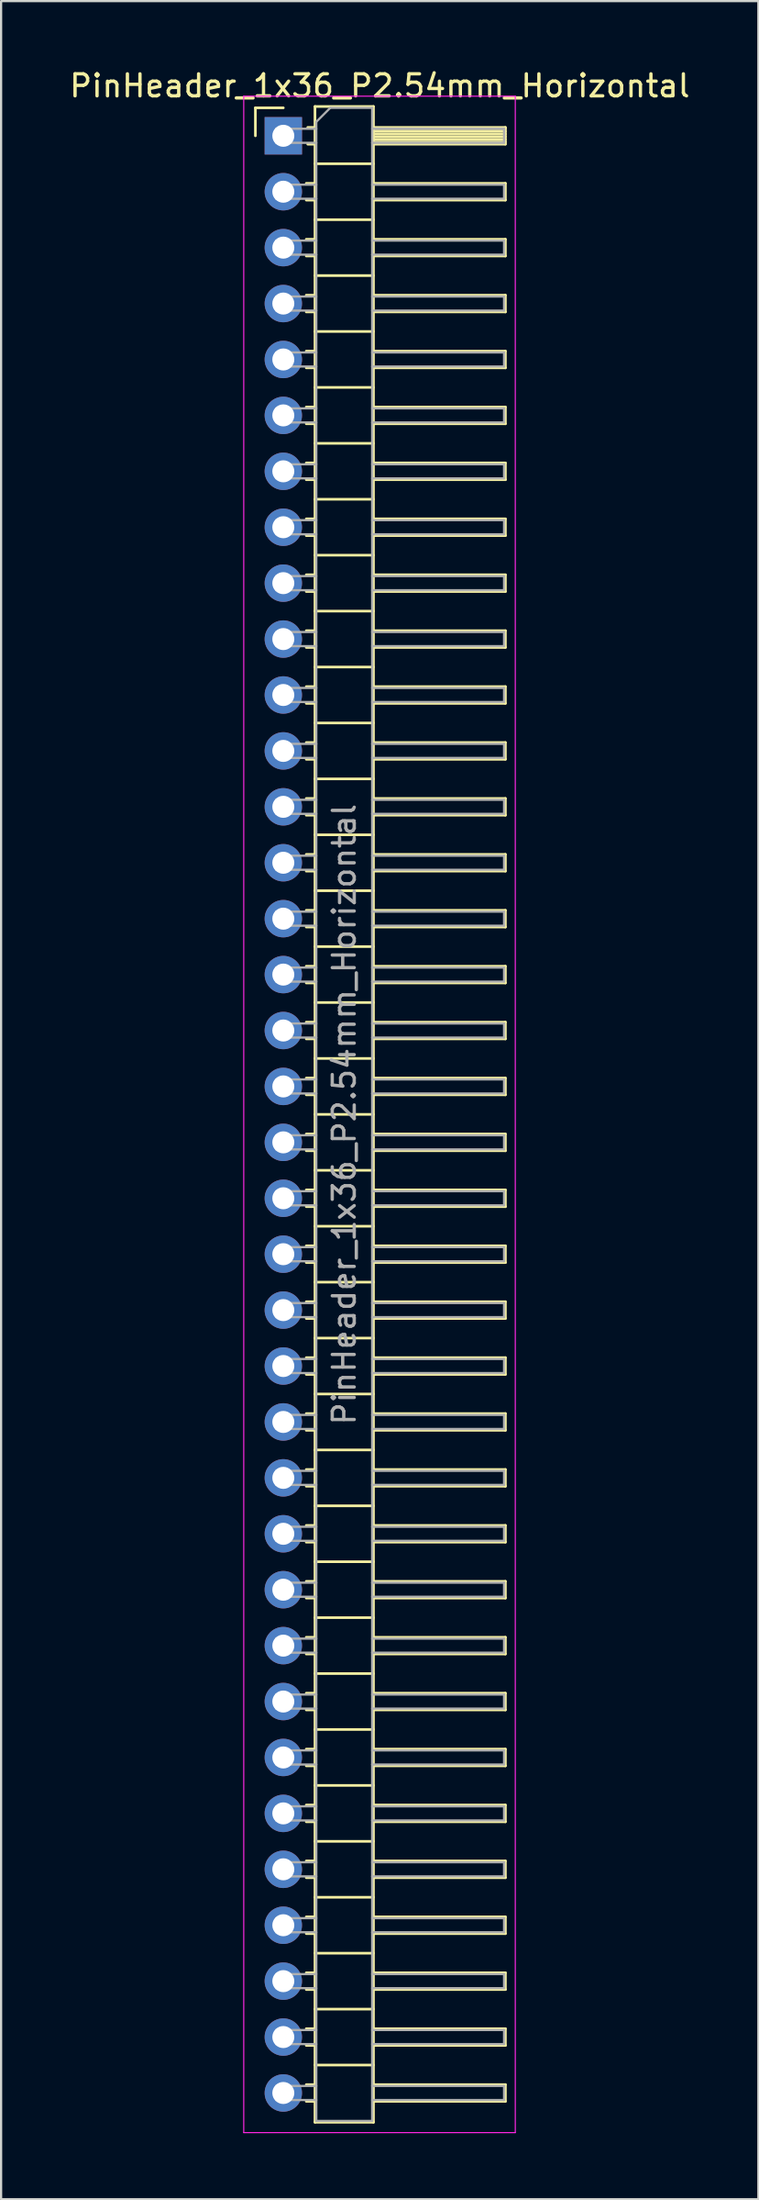
<source format=kicad_pcb>
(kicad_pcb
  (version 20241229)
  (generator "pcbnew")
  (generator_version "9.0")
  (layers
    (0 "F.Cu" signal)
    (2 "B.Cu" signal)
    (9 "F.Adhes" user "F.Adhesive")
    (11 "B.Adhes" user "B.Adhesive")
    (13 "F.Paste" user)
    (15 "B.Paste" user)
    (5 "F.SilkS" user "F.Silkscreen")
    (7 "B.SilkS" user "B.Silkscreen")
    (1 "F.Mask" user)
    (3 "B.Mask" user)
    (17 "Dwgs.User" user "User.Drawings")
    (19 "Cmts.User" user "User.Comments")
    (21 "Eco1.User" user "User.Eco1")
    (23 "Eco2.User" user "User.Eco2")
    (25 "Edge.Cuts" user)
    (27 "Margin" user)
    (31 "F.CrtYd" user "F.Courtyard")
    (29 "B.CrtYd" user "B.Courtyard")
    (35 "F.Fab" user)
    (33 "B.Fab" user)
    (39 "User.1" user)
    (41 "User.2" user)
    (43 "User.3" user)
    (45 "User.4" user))
  (footprint "PinHeader_1x36_P2.54mm_Horizontal"
    (layer "F.Cu")
    (at 9.835 3.118)
    (property "Reference" "PinHeader_1x36_P2.54mm_Horizontal" (at 4.385 -2.27 0) (layer "F.SilkS") (effects (font (size 1 1) (thickness 0.15))))
    (attr through_hole)
    (fp_line (start -1.27 -1.27) (end 0 -1.27) (stroke (width 0.12) (type solid)) (layer "F.SilkS"))
    (fp_line (start -1.27 0) (end -1.27 -1.27) (stroke (width 0.12) (type solid)) (layer "F.SilkS"))
    (fp_line (start 1.043 2.16) (end 1.44 2.16) (stroke (width 0.12) (type solid)) (layer "F.SilkS"))
    (fp_line (start 1.043 2.92) (end 1.44 2.92) (stroke (width 0.12) (type solid)) (layer "F.SilkS"))
    (fp_line (start 1.043 4.7) (end 1.44 4.7) (stroke (width 0.12) (type solid)) (layer "F.SilkS"))
    (fp_line (start 1.043 5.46) (end 1.44 5.46) (stroke (width 0.12) (type solid)) (layer "F.SilkS"))
    (fp_line (start 1.043 7.24) (end 1.44 7.24) (stroke (width 0.12) (type solid)) (layer "F.SilkS"))
    (fp_line (start 1.043 8) (end 1.44 8) (stroke (width 0.12) (type solid)) (layer "F.SilkS"))
    (fp_line (start 1.043 9.78) (end 1.44 9.78) (stroke (width 0.12) (type solid)) (layer "F.SilkS"))
    (fp_line (start 1.043 10.54) (end 1.44 10.54) (stroke (width 0.12) (type solid)) (layer "F.SilkS"))
    (fp_line (start 1.043 12.32) (end 1.44 12.32) (stroke (width 0.12) (type solid)) (layer "F.SilkS"))
    (fp_line (start 1.043 13.08) (end 1.44 13.08) (stroke (width 0.12) (type solid)) (layer "F.SilkS"))
    (fp_line (start 1.043 14.86) (end 1.44 14.86) (stroke (width 0.12) (type solid)) (layer "F.SilkS"))
    (fp_line (start 1.043 15.62) (end 1.44 15.62) (stroke (width 0.12) (type solid)) (layer "F.SilkS"))
    (fp_line (start 1.043 17.4) (end 1.44 17.4) (stroke (width 0.12) (type solid)) (layer "F.SilkS"))
    (fp_line (start 1.043 18.16) (end 1.44 18.16) (stroke (width 0.12) (type solid)) (layer "F.SilkS"))
    (fp_line (start 1.043 19.94) (end 1.44 19.94) (stroke (width 0.12) (type solid)) (layer "F.SilkS"))
    (fp_line (start 1.043 20.7) (end 1.44 20.7) (stroke (width 0.12) (type solid)) (layer "F.SilkS"))
    (fp_line (start 1.043 22.48) (end 1.44 22.48) (stroke (width 0.12) (type solid)) (layer "F.SilkS"))
    (fp_line (start 1.043 23.24) (end 1.44 23.24) (stroke (width 0.12) (type solid)) (layer "F.SilkS"))
    (fp_line (start 1.043 25.02) (end 1.44 25.02) (stroke (width 0.12) (type solid)) (layer "F.SilkS"))
    (fp_line (start 1.043 25.78) (end 1.44 25.78) (stroke (width 0.12) (type solid)) (layer "F.SilkS"))
    (fp_line (start 1.043 27.56) (end 1.44 27.56) (stroke (width 0.12) (type solid)) (layer "F.SilkS"))
    (fp_line (start 1.043 28.32) (end 1.44 28.32) (stroke (width 0.12) (type solid)) (layer "F.SilkS"))
    (fp_line (start 1.043 30.1) (end 1.44 30.1) (stroke (width 0.12) (type solid)) (layer "F.SilkS"))
    (fp_line (start 1.043 30.86) (end 1.44 30.86) (stroke (width 0.12) (type solid)) (layer "F.SilkS"))
    (fp_line (start 1.043 32.64) (end 1.44 32.64) (stroke (width 0.12) (type solid)) (layer "F.SilkS"))
    (fp_line (start 1.043 33.4) (end 1.44 33.4) (stroke (width 0.12) (type solid)) (layer "F.SilkS"))
    (fp_line (start 1.043 35.18) (end 1.44 35.18) (stroke (width 0.12) (type solid)) (layer "F.SilkS"))
    (fp_line (start 1.043 35.94) (end 1.44 35.94) (stroke (width 0.12) (type solid)) (layer "F.SilkS"))
    (fp_line (start 1.043 37.72) (end 1.44 37.72) (stroke (width 0.12) (type solid)) (layer "F.SilkS"))
    (fp_line (start 1.043 38.48) (end 1.44 38.48) (stroke (width 0.12) (type solid)) (layer "F.SilkS"))
    (fp_line (start 1.043 40.26) (end 1.44 40.26) (stroke (width 0.12) (type solid)) (layer "F.SilkS"))
    (fp_line (start 1.043 41.02) (end 1.44 41.02) (stroke (width 0.12) (type solid)) (layer "F.SilkS"))
    (fp_line (start 1.043 42.8) (end 1.44 42.8) (stroke (width 0.12) (type solid)) (layer "F.SilkS"))
    (fp_line (start 1.043 43.56) (end 1.44 43.56) (stroke (width 0.12) (type solid)) (layer "F.SilkS"))
    (fp_line (start 1.043 45.34) (end 1.44 45.34) (stroke (width 0.12) (type solid)) (layer "F.SilkS"))
    (fp_line (start 1.043 46.1) (end 1.44 46.1) (stroke (width 0.12) (type solid)) (layer "F.SilkS"))
    (fp_line (start 1.043 47.88) (end 1.44 47.88) (stroke (width 0.12) (type solid)) (layer "F.SilkS"))
    (fp_line (start 1.043 48.64) (end 1.44 48.64) (stroke (width 0.12) (type solid)) (layer "F.SilkS"))
    (fp_line (start 1.043 50.42) (end 1.44 50.42) (stroke (width 0.12) (type solid)) (layer "F.SilkS"))
    (fp_line (start 1.043 51.18) (end 1.44 51.18) (stroke (width 0.12) (type solid)) (layer "F.SilkS"))
    (fp_line (start 1.043 52.96) (end 1.44 52.96) (stroke (width 0.12) (type solid)) (layer "F.SilkS"))
    (fp_line (start 1.043 53.72) (end 1.44 53.72) (stroke (width 0.12) (type solid)) (layer "F.SilkS"))
    (fp_line (start 1.043 55.5) (end 1.44 55.5) (stroke (width 0.12) (type solid)) (layer "F.SilkS"))
    (fp_line (start 1.043 56.26) (end 1.44 56.26) (stroke (width 0.12) (type solid)) (layer "F.SilkS"))
    (fp_line (start 1.043 58.04) (end 1.44 58.04) (stroke (width 0.12) (type solid)) (layer "F.SilkS"))
    (fp_line (start 1.043 58.8) (end 1.44 58.8) (stroke (width 0.12) (type solid)) (layer "F.SilkS"))
    (fp_line (start 1.043 60.58) (end 1.44 60.58) (stroke (width 0.12) (type solid)) (layer "F.SilkS"))
    (fp_line (start 1.043 61.34) (end 1.44 61.34) (stroke (width 0.12) (type solid)) (layer "F.SilkS"))
    (fp_line (start 1.043 63.12) (end 1.44 63.12) (stroke (width 0.12) (type solid)) (layer "F.SilkS"))
    (fp_line (start 1.043 63.88) (end 1.44 63.88) (stroke (width 0.12) (type solid)) (layer "F.SilkS"))
    (fp_line (start 1.043 65.66) (end 1.44 65.66) (stroke (width 0.12) (type solid)) (layer "F.SilkS"))
    (fp_line (start 1.043 66.42) (end 1.44 66.42) (stroke (width 0.12) (type solid)) (layer "F.SilkS"))
    (fp_line (start 1.043 68.2) (end 1.44 68.2) (stroke (width 0.12) (type solid)) (layer "F.SilkS"))
    (fp_line (start 1.043 68.96) (end 1.44 68.96) (stroke (width 0.12) (type solid)) (layer "F.SilkS"))
    (fp_line (start 1.043 70.74) (end 1.44 70.74) (stroke (width 0.12) (type solid)) (layer "F.SilkS"))
    (fp_line (start 1.043 71.5) (end 1.44 71.5) (stroke (width 0.12) (type solid)) (layer "F.SilkS"))
    (fp_line (start 1.043 73.28) (end 1.44 73.28) (stroke (width 0.12) (type solid)) (layer "F.SilkS"))
    (fp_line (start 1.043 74.04) (end 1.44 74.04) (stroke (width 0.12) (type solid)) (layer "F.SilkS"))
    (fp_line (start 1.043 75.82) (end 1.44 75.82) (stroke (width 0.12) (type solid)) (layer "F.SilkS"))
    (fp_line (start 1.043 76.58) (end 1.44 76.58) (stroke (width 0.12) (type solid)) (layer "F.SilkS"))
    (fp_line (start 1.043 78.36) (end 1.44 78.36) (stroke (width 0.12) (type solid)) (layer "F.SilkS"))
    (fp_line (start 1.043 79.12) (end 1.44 79.12) (stroke (width 0.12) (type solid)) (layer "F.SilkS"))
    (fp_line (start 1.043 80.9) (end 1.44 80.9) (stroke (width 0.12) (type solid)) (layer "F.SilkS"))
    (fp_line (start 1.043 81.66) (end 1.44 81.66) (stroke (width 0.12) (type solid)) (layer "F.SilkS"))
    (fp_line (start 1.043 83.44) (end 1.44 83.44) (stroke (width 0.12) (type solid)) (layer "F.SilkS"))
    (fp_line (start 1.043 84.2) (end 1.44 84.2) (stroke (width 0.12) (type solid)) (layer "F.SilkS"))
    (fp_line (start 1.043 85.98) (end 1.44 85.98) (stroke (width 0.12) (type solid)) (layer "F.SilkS"))
    (fp_line (start 1.043 86.74) (end 1.44 86.74) (stroke (width 0.12) (type solid)) (layer "F.SilkS"))
    (fp_line (start 1.043 88.52) (end 1.44 88.52) (stroke (width 0.12) (type solid)) (layer "F.SilkS"))
    (fp_line (start 1.043 89.28) (end 1.44 89.28) (stroke (width 0.12) (type solid)) (layer "F.SilkS"))
    (fp_line (start 1.11 -0.38) (end 1.44 -0.38) (stroke (width 0.12) (type solid)) (layer "F.SilkS"))
    (fp_line (start 1.11 0.38) (end 1.44 0.38) (stroke (width 0.12) (type solid)) (layer "F.SilkS"))
    (fp_line (start 1.44 -1.33) (end 1.44 90.23) (stroke (width 0.12) (type solid)) (layer "F.SilkS"))
    (fp_line (start 1.44 1.27) (end 4.1 1.27) (stroke (width 0.12) (type solid)) (layer "F.SilkS"))
    (fp_line (start 1.44 3.81) (end 4.1 3.81) (stroke (width 0.12) (type solid)) (layer "F.SilkS"))
    (fp_line (start 1.44 6.35) (end 4.1 6.35) (stroke (width 0.12) (type solid)) (layer "F.SilkS"))
    (fp_line (start 1.44 8.89) (end 4.1 8.89) (stroke (width 0.12) (type solid)) (layer "F.SilkS"))
    (fp_line (start 1.44 11.43) (end 4.1 11.43) (stroke (width 0.12) (type solid)) (layer "F.SilkS"))
    (fp_line (start 1.44 13.97) (end 4.1 13.97) (stroke (width 0.12) (type solid)) (layer "F.SilkS"))
    (fp_line (start 1.44 16.51) (end 4.1 16.51) (stroke (width 0.12) (type solid)) (layer "F.SilkS"))
    (fp_line (start 1.44 19.05) (end 4.1 19.05) (stroke (width 0.12) (type solid)) (layer "F.SilkS"))
    (fp_line (start 1.44 21.59) (end 4.1 21.59) (stroke (width 0.12) (type solid)) (layer "F.SilkS"))
    (fp_line (start 1.44 24.13) (end 4.1 24.13) (stroke (width 0.12) (type solid)) (layer "F.SilkS"))
    (fp_line (start 1.44 26.67) (end 4.1 26.67) (stroke (width 0.12) (type solid)) (layer "F.SilkS"))
    (fp_line (start 1.44 29.21) (end 4.1 29.21) (stroke (width 0.12) (type solid)) (layer "F.SilkS"))
    (fp_line (start 1.44 31.75) (end 4.1 31.75) (stroke (width 0.12) (type solid)) (layer "F.SilkS"))
    (fp_line (start 1.44 34.29) (end 4.1 34.29) (stroke (width 0.12) (type solid)) (layer "F.SilkS"))
    (fp_line (start 1.44 36.83) (end 4.1 36.83) (stroke (width 0.12) (type solid)) (layer "F.SilkS"))
    (fp_line (start 1.44 39.37) (end 4.1 39.37) (stroke (width 0.12) (type solid)) (layer "F.SilkS"))
    (fp_line (start 1.44 41.91) (end 4.1 41.91) (stroke (width 0.12) (type solid)) (layer "F.SilkS"))
    (fp_line (start 1.44 44.45) (end 4.1 44.45) (stroke (width 0.12) (type solid)) (layer "F.SilkS"))
    (fp_line (start 1.44 46.99) (end 4.1 46.99) (stroke (width 0.12) (type solid)) (layer "F.SilkS"))
    (fp_line (start 1.44 49.53) (end 4.1 49.53) (stroke (width 0.12) (type solid)) (layer "F.SilkS"))
    (fp_line (start 1.44 52.07) (end 4.1 52.07) (stroke (width 0.12) (type solid)) (layer "F.SilkS"))
    (fp_line (start 1.44 54.61) (end 4.1 54.61) (stroke (width 0.12) (type solid)) (layer "F.SilkS"))
    (fp_line (start 1.44 57.15) (end 4.1 57.15) (stroke (width 0.12) (type solid)) (layer "F.SilkS"))
    (fp_line (start 1.44 59.69) (end 4.1 59.69) (stroke (width 0.12) (type solid)) (layer "F.SilkS"))
    (fp_line (start 1.44 62.23) (end 4.1 62.23) (stroke (width 0.12) (type solid)) (layer "F.SilkS"))
    (fp_line (start 1.44 64.77) (end 4.1 64.77) (stroke (width 0.12) (type solid)) (layer "F.SilkS"))
    (fp_line (start 1.44 67.31) (end 4.1 67.31) (stroke (width 0.12) (type solid)) (layer "F.SilkS"))
    (fp_line (start 1.44 69.85) (end 4.1 69.85) (stroke (width 0.12) (type solid)) (layer "F.SilkS"))
    (fp_line (start 1.44 72.39) (end 4.1 72.39) (stroke (width 0.12) (type solid)) (layer "F.SilkS"))
    (fp_line (start 1.44 74.93) (end 4.1 74.93) (stroke (width 0.12) (type solid)) (layer "F.SilkS"))
    (fp_line (start 1.44 77.47) (end 4.1 77.47) (stroke (width 0.12) (type solid)) (layer "F.SilkS"))
    (fp_line (start 1.44 80.01) (end 4.1 80.01) (stroke (width 0.12) (type solid)) (layer "F.SilkS"))
    (fp_line (start 1.44 82.55) (end 4.1 82.55) (stroke (width 0.12) (type solid)) (layer "F.SilkS"))
    (fp_line (start 1.44 85.09) (end 4.1 85.09) (stroke (width 0.12) (type solid)) (layer "F.SilkS"))
    (fp_line (start 1.44 87.63) (end 4.1 87.63) (stroke (width 0.12) (type solid)) (layer "F.SilkS"))
    (fp_line (start 1.44 90.23) (end 4.1 90.23) (stroke (width 0.12) (type solid)) (layer "F.SilkS"))
    (fp_line (start 4.1 -1.33) (end 1.44 -1.33) (stroke (width 0.12) (type solid)) (layer "F.SilkS"))
    (fp_line (start 4.1 -0.38) (end 10.1 -0.38) (stroke (width 0.12) (type solid)) (layer "F.SilkS"))
    (fp_line (start 4.1 -0.32) (end 10.1 -0.32) (stroke (width 0.12) (type solid)) (layer "F.SilkS"))
    (fp_line (start 4.1 -0.2) (end 10.1 -0.2) (stroke (width 0.12) (type solid)) (layer "F.SilkS"))
    (fp_line (start 4.1 -0.08) (end 10.1 -0.08) (stroke (width 0.12) (type solid)) (layer "F.SilkS"))
    (fp_line (start 4.1 0.04) (end 10.1 0.04) (stroke (width 0.12) (type solid)) (layer "F.SilkS"))
    (fp_line (start 4.1 0.16) (end 10.1 0.16) (stroke (width 0.12) (type solid)) (layer "F.SilkS"))
    (fp_line (start 4.1 0.28) (end 10.1 0.28) (stroke (width 0.12) (type solid)) (layer "F.SilkS"))
    (fp_line (start 4.1 2.16) (end 10.1 2.16) (stroke (width 0.12) (type solid)) (layer "F.SilkS"))
    (fp_line (start 4.1 4.7) (end 10.1 4.7) (stroke (width 0.12) (type solid)) (layer "F.SilkS"))
    (fp_line (start 4.1 7.24) (end 10.1 7.24) (stroke (width 0.12) (type solid)) (layer "F.SilkS"))
    (fp_line (start 4.1 9.78) (end 10.1 9.78) (stroke (width 0.12) (type solid)) (layer "F.SilkS"))
    (fp_line (start 4.1 12.32) (end 10.1 12.32) (stroke (width 0.12) (type solid)) (layer "F.SilkS"))
    (fp_line (start 4.1 14.86) (end 10.1 14.86) (stroke (width 0.12) (type solid)) (layer "F.SilkS"))
    (fp_line (start 4.1 17.4) (end 10.1 17.4) (stroke (width 0.12) (type solid)) (layer "F.SilkS"))
    (fp_line (start 4.1 19.94) (end 10.1 19.94) (stroke (width 0.12) (type solid)) (layer "F.SilkS"))
    (fp_line (start 4.1 22.48) (end 10.1 22.48) (stroke (width 0.12) (type solid)) (layer "F.SilkS"))
    (fp_line (start 4.1 25.02) (end 10.1 25.02) (stroke (width 0.12) (type solid)) (layer "F.SilkS"))
    (fp_line (start 4.1 27.56) (end 10.1 27.56) (stroke (width 0.12) (type solid)) (layer "F.SilkS"))
    (fp_line (start 4.1 30.1) (end 10.1 30.1) (stroke (width 0.12) (type solid)) (layer "F.SilkS"))
    (fp_line (start 4.1 32.64) (end 10.1 32.64) (stroke (width 0.12) (type solid)) (layer "F.SilkS"))
    (fp_line (start 4.1 35.18) (end 10.1 35.18) (stroke (width 0.12) (type solid)) (layer "F.SilkS"))
    (fp_line (start 4.1 37.72) (end 10.1 37.72) (stroke (width 0.12) (type solid)) (layer "F.SilkS"))
    (fp_line (start 4.1 40.26) (end 10.1 40.26) (stroke (width 0.12) (type solid)) (layer "F.SilkS"))
    (fp_line (start 4.1 42.8) (end 10.1 42.8) (stroke (width 0.12) (type solid)) (layer "F.SilkS"))
    (fp_line (start 4.1 45.34) (end 10.1 45.34) (stroke (width 0.12) (type solid)) (layer "F.SilkS"))
    (fp_line (start 4.1 47.88) (end 10.1 47.88) (stroke (width 0.12) (type solid)) (layer "F.SilkS"))
    (fp_line (start 4.1 50.42) (end 10.1 50.42) (stroke (width 0.12) (type solid)) (layer "F.SilkS"))
    (fp_line (start 4.1 52.96) (end 10.1 52.96) (stroke (width 0.12) (type solid)) (layer "F.SilkS"))
    (fp_line (start 4.1 55.5) (end 10.1 55.5) (stroke (width 0.12) (type solid)) (layer "F.SilkS"))
    (fp_line (start 4.1 58.04) (end 10.1 58.04) (stroke (width 0.12) (type solid)) (layer "F.SilkS"))
    (fp_line (start 4.1 60.58) (end 10.1 60.58) (stroke (width 0.12) (type solid)) (layer "F.SilkS"))
    (fp_line (start 4.1 63.12) (end 10.1 63.12) (stroke (width 0.12) (type solid)) (layer "F.SilkS"))
    (fp_line (start 4.1 65.66) (end 10.1 65.66) (stroke (width 0.12) (type solid)) (layer "F.SilkS"))
    (fp_line (start 4.1 68.2) (end 10.1 68.2) (stroke (width 0.12) (type solid)) (layer "F.SilkS"))
    (fp_line (start 4.1 70.74) (end 10.1 70.74) (stroke (width 0.12) (type solid)) (layer "F.SilkS"))
    (fp_line (start 4.1 73.28) (end 10.1 73.28) (stroke (width 0.12) (type solid)) (layer "F.SilkS"))
    (fp_line (start 4.1 75.82) (end 10.1 75.82) (stroke (width 0.12) (type solid)) (layer "F.SilkS"))
    (fp_line (start 4.1 78.36) (end 10.1 78.36) (stroke (width 0.12) (type solid)) (layer "F.SilkS"))
    (fp_line (start 4.1 80.9) (end 10.1 80.9) (stroke (width 0.12) (type solid)) (layer "F.SilkS"))
    (fp_line (start 4.1 83.44) (end 10.1 83.44) (stroke (width 0.12) (type solid)) (layer "F.SilkS"))
    (fp_line (start 4.1 85.98) (end 10.1 85.98) (stroke (width 0.12) (type solid)) (layer "F.SilkS"))
    (fp_line (start 4.1 88.52) (end 10.1 88.52) (stroke (width 0.12) (type solid)) (layer "F.SilkS"))
    (fp_line (start 4.1 90.23) (end 4.1 -1.33) (stroke (width 0.12) (type solid)) (layer "F.SilkS"))
    (fp_line (start 10.1 -0.38) (end 10.1 0.38) (stroke (width 0.12) (type solid)) (layer "F.SilkS"))
    (fp_line (start 10.1 0.38) (end 4.1 0.38) (stroke (width 0.12) (type solid)) (layer "F.SilkS"))
    (fp_line (start 10.1 2.16) (end 10.1 2.92) (stroke (width 0.12) (type solid)) (layer "F.SilkS"))
    (fp_line (start 10.1 2.92) (end 4.1 2.92) (stroke (width 0.12) (type solid)) (layer "F.SilkS"))
    (fp_line (start 10.1 4.7) (end 10.1 5.46) (stroke (width 0.12) (type solid)) (layer "F.SilkS"))
    (fp_line (start 10.1 5.46) (end 4.1 5.46) (stroke (width 0.12) (type solid)) (layer "F.SilkS"))
    (fp_line (start 10.1 7.24) (end 10.1 8) (stroke (width 0.12) (type solid)) (layer "F.SilkS"))
    (fp_line (start 10.1 8) (end 4.1 8) (stroke (width 0.12) (type solid)) (layer "F.SilkS"))
    (fp_line (start 10.1 9.78) (end 10.1 10.54) (stroke (width 0.12) (type solid)) (layer "F.SilkS"))
    (fp_line (start 10.1 10.54) (end 4.1 10.54) (stroke (width 0.12) (type solid)) (layer "F.SilkS"))
    (fp_line (start 10.1 12.32) (end 10.1 13.08) (stroke (width 0.12) (type solid)) (layer "F.SilkS"))
    (fp_line (start 10.1 13.08) (end 4.1 13.08) (stroke (width 0.12) (type solid)) (layer "F.SilkS"))
    (fp_line (start 10.1 14.86) (end 10.1 15.62) (stroke (width 0.12) (type solid)) (layer "F.SilkS"))
    (fp_line (start 10.1 15.62) (end 4.1 15.62) (stroke (width 0.12) (type solid)) (layer "F.SilkS"))
    (fp_line (start 10.1 17.4) (end 10.1 18.16) (stroke (width 0.12) (type solid)) (layer "F.SilkS"))
    (fp_line (start 10.1 18.16) (end 4.1 18.16) (stroke (width 0.12) (type solid)) (layer "F.SilkS"))
    (fp_line (start 10.1 19.94) (end 10.1 20.7) (stroke (width 0.12) (type solid)) (layer "F.SilkS"))
    (fp_line (start 10.1 20.7) (end 4.1 20.7) (stroke (width 0.12) (type solid)) (layer "F.SilkS"))
    (fp_line (start 10.1 22.48) (end 10.1 23.24) (stroke (width 0.12) (type solid)) (layer "F.SilkS"))
    (fp_line (start 10.1 23.24) (end 4.1 23.24) (stroke (width 0.12) (type solid)) (layer "F.SilkS"))
    (fp_line (start 10.1 25.02) (end 10.1 25.78) (stroke (width 0.12) (type solid)) (layer "F.SilkS"))
    (fp_line (start 10.1 25.78) (end 4.1 25.78) (stroke (width 0.12) (type solid)) (layer "F.SilkS"))
    (fp_line (start 10.1 27.56) (end 10.1 28.32) (stroke (width 0.12) (type solid)) (layer "F.SilkS"))
    (fp_line (start 10.1 28.32) (end 4.1 28.32) (stroke (width 0.12) (type solid)) (layer "F.SilkS"))
    (fp_line (start 10.1 30.1) (end 10.1 30.86) (stroke (width 0.12) (type solid)) (layer "F.SilkS"))
    (fp_line (start 10.1 30.86) (end 4.1 30.86) (stroke (width 0.12) (type solid)) (layer "F.SilkS"))
    (fp_line (start 10.1 32.64) (end 10.1 33.4) (stroke (width 0.12) (type solid)) (layer "F.SilkS"))
    (fp_line (start 10.1 33.4) (end 4.1 33.4) (stroke (width 0.12) (type solid)) (layer "F.SilkS"))
    (fp_line (start 10.1 35.18) (end 10.1 35.94) (stroke (width 0.12) (type solid)) (layer "F.SilkS"))
    (fp_line (start 10.1 35.94) (end 4.1 35.94) (stroke (width 0.12) (type solid)) (layer "F.SilkS"))
    (fp_line (start 10.1 37.72) (end 10.1 38.48) (stroke (width 0.12) (type solid)) (layer "F.SilkS"))
    (fp_line (start 10.1 38.48) (end 4.1 38.48) (stroke (width 0.12) (type solid)) (layer "F.SilkS"))
    (fp_line (start 10.1 40.26) (end 10.1 41.02) (stroke (width 0.12) (type solid)) (layer "F.SilkS"))
    (fp_line (start 10.1 41.02) (end 4.1 41.02) (stroke (width 0.12) (type solid)) (layer "F.SilkS"))
    (fp_line (start 10.1 42.8) (end 10.1 43.56) (stroke (width 0.12) (type solid)) (layer "F.SilkS"))
    (fp_line (start 10.1 43.56) (end 4.1 43.56) (stroke (width 0.12) (type solid)) (layer "F.SilkS"))
    (fp_line (start 10.1 45.34) (end 10.1 46.1) (stroke (width 0.12) (type solid)) (layer "F.SilkS"))
    (fp_line (start 10.1 46.1) (end 4.1 46.1) (stroke (width 0.12) (type solid)) (layer "F.SilkS"))
    (fp_line (start 10.1 47.88) (end 10.1 48.64) (stroke (width 0.12) (type solid)) (layer "F.SilkS"))
    (fp_line (start 10.1 48.64) (end 4.1 48.64) (stroke (width 0.12) (type solid)) (layer "F.SilkS"))
    (fp_line (start 10.1 50.42) (end 10.1 51.18) (stroke (width 0.12) (type solid)) (layer "F.SilkS"))
    (fp_line (start 10.1 51.18) (end 4.1 51.18) (stroke (width 0.12) (type solid)) (layer "F.SilkS"))
    (fp_line (start 10.1 52.96) (end 10.1 53.72) (stroke (width 0.12) (type solid)) (layer "F.SilkS"))
    (fp_line (start 10.1 53.72) (end 4.1 53.72) (stroke (width 0.12) (type solid)) (layer "F.SilkS"))
    (fp_line (start 10.1 55.5) (end 10.1 56.26) (stroke (width 0.12) (type solid)) (layer "F.SilkS"))
    (fp_line (start 10.1 56.26) (end 4.1 56.26) (stroke (width 0.12) (type solid)) (layer "F.SilkS"))
    (fp_line (start 10.1 58.04) (end 10.1 58.8) (stroke (width 0.12) (type solid)) (layer "F.SilkS"))
    (fp_line (start 10.1 58.8) (end 4.1 58.8) (stroke (width 0.12) (type solid)) (layer "F.SilkS"))
    (fp_line (start 10.1 60.58) (end 10.1 61.34) (stroke (width 0.12) (type solid)) (layer "F.SilkS"))
    (fp_line (start 10.1 61.34) (end 4.1 61.34) (stroke (width 0.12) (type solid)) (layer "F.SilkS"))
    (fp_line (start 10.1 63.12) (end 10.1 63.88) (stroke (width 0.12) (type solid)) (layer "F.SilkS"))
    (fp_line (start 10.1 63.88) (end 4.1 63.88) (stroke (width 0.12) (type solid)) (layer "F.SilkS"))
    (fp_line (start 10.1 65.66) (end 10.1 66.42) (stroke (width 0.12) (type solid)) (layer "F.SilkS"))
    (fp_line (start 10.1 66.42) (end 4.1 66.42) (stroke (width 0.12) (type solid)) (layer "F.SilkS"))
    (fp_line (start 10.1 68.2) (end 10.1 68.96) (stroke (width 0.12) (type solid)) (layer "F.SilkS"))
    (fp_line (start 10.1 68.96) (end 4.1 68.96) (stroke (width 0.12) (type solid)) (layer "F.SilkS"))
    (fp_line (start 10.1 70.74) (end 10.1 71.5) (stroke (width 0.12) (type solid)) (layer "F.SilkS"))
    (fp_line (start 10.1 71.5) (end 4.1 71.5) (stroke (width 0.12) (type solid)) (layer "F.SilkS"))
    (fp_line (start 10.1 73.28) (end 10.1 74.04) (stroke (width 0.12) (type solid)) (layer "F.SilkS"))
    (fp_line (start 10.1 74.04) (end 4.1 74.04) (stroke (width 0.12) (type solid)) (layer "F.SilkS"))
    (fp_line (start 10.1 75.82) (end 10.1 76.58) (stroke (width 0.12) (type solid)) (layer "F.SilkS"))
    (fp_line (start 10.1 76.58) (end 4.1 76.58) (stroke (width 0.12) (type solid)) (layer "F.SilkS"))
    (fp_line (start 10.1 78.36) (end 10.1 79.12) (stroke (width 0.12) (type solid)) (layer "F.SilkS"))
    (fp_line (start 10.1 79.12) (end 4.1 79.12) (stroke (width 0.12) (type solid)) (layer "F.SilkS"))
    (fp_line (start 10.1 80.9) (end 10.1 81.66) (stroke (width 0.12) (type solid)) (layer "F.SilkS"))
    (fp_line (start 10.1 81.66) (end 4.1 81.66) (stroke (width 0.12) (type solid)) (layer "F.SilkS"))
    (fp_line (start 10.1 83.44) (end 10.1 84.2) (stroke (width 0.12) (type solid)) (layer "F.SilkS"))
    (fp_line (start 10.1 84.2) (end 4.1 84.2) (stroke (width 0.12) (type solid)) (layer "F.SilkS"))
    (fp_line (start 10.1 85.98) (end 10.1 86.74) (stroke (width 0.12) (type solid)) (layer "F.SilkS"))
    (fp_line (start 10.1 86.74) (end 4.1 86.74) (stroke (width 0.12) (type solid)) (layer "F.SilkS"))
    (fp_line (start 10.1 88.52) (end 10.1 89.28) (stroke (width 0.12) (type solid)) (layer "F.SilkS"))
    (fp_line (start 10.1 89.28) (end 4.1 89.28) (stroke (width 0.12) (type solid)) (layer "F.SilkS"))
    (fp_line (start -1.8 -1.8) (end -1.8 90.7) (stroke (width 0.05) (type solid)) (layer "F.CrtYd"))
    (fp_line (start -1.8 90.7) (end 10.55 90.7) (stroke (width 0.05) (type solid)) (layer "F.CrtYd"))
    (fp_line (start 10.55 -1.8) (end -1.8 -1.8) (stroke (width 0.05) (type solid)) (layer "F.CrtYd"))
    (fp_line (start 10.55 90.7) (end 10.55 -1.8) (stroke (width 0.05) (type solid)) (layer "F.CrtYd"))
    (fp_line (start -0.32 -0.32) (end -0.32 0.32) (stroke (width 0.1) (type solid)) (layer "F.Fab"))
    (fp_line (start -0.32 -0.32) (end 1.5 -0.32) (stroke (width 0.1) (type solid)) (layer "F.Fab"))
    (fp_line (start -0.32 0.32) (end 1.5 0.32) (stroke (width 0.1) (type solid)) (layer "F.Fab"))
    (fp_line (start -0.32 2.22) (end -0.32 2.86) (stroke (width 0.1) (type solid)) (layer "F.Fab"))
    (fp_line (start -0.32 2.22) (end 1.5 2.22) (stroke (width 0.1) (type solid)) (layer "F.Fab"))
    (fp_line (start -0.32 2.86) (end 1.5 2.86) (stroke (width 0.1) (type solid)) (layer "F.Fab"))
    (fp_line (start -0.32 4.76) (end -0.32 5.4) (stroke (width 0.1) (type solid)) (layer "F.Fab"))
    (fp_line (start -0.32 4.76) (end 1.5 4.76) (stroke (width 0.1) (type solid)) (layer "F.Fab"))
    (fp_line (start -0.32 5.4) (end 1.5 5.4) (stroke (width 0.1) (type solid)) (layer "F.Fab"))
    (fp_line (start -0.32 7.3) (end -0.32 7.94) (stroke (width 0.1) (type solid)) (layer "F.Fab"))
    (fp_line (start -0.32 7.3) (end 1.5 7.3) (stroke (width 0.1) (type solid)) (layer "F.Fab"))
    (fp_line (start -0.32 7.94) (end 1.5 7.94) (stroke (width 0.1) (type solid)) (layer "F.Fab"))
    (fp_line (start -0.32 9.84) (end -0.32 10.48) (stroke (width 0.1) (type solid)) (layer "F.Fab"))
    (fp_line (start -0.32 9.84) (end 1.5 9.84) (stroke (width 0.1) (type solid)) (layer "F.Fab"))
    (fp_line (start -0.32 10.48) (end 1.5 10.48) (stroke (width 0.1) (type solid)) (layer "F.Fab"))
    (fp_line (start -0.32 12.38) (end -0.32 13.02) (stroke (width 0.1) (type solid)) (layer "F.Fab"))
    (fp_line (start -0.32 12.38) (end 1.5 12.38) (stroke (width 0.1) (type solid)) (layer "F.Fab"))
    (fp_line (start -0.32 13.02) (end 1.5 13.02) (stroke (width 0.1) (type solid)) (layer "F.Fab"))
    (fp_line (start -0.32 14.92) (end -0.32 15.56) (stroke (width 0.1) (type solid)) (layer "F.Fab"))
    (fp_line (start -0.32 14.92) (end 1.5 14.92) (stroke (width 0.1) (type solid)) (layer "F.Fab"))
    (fp_line (start -0.32 15.56) (end 1.5 15.56) (stroke (width 0.1) (type solid)) (layer "F.Fab"))
    (fp_line (start -0.32 17.46) (end -0.32 18.1) (stroke (width 0.1) (type solid)) (layer "F.Fab"))
    (fp_line (start -0.32 17.46) (end 1.5 17.46) (stroke (width 0.1) (type solid)) (layer "F.Fab"))
    (fp_line (start -0.32 18.1) (end 1.5 18.1) (stroke (width 0.1) (type solid)) (layer "F.Fab"))
    (fp_line (start -0.32 20) (end -0.32 20.64) (stroke (width 0.1) (type solid)) (layer "F.Fab"))
    (fp_line (start -0.32 20) (end 1.5 20) (stroke (width 0.1) (type solid)) (layer "F.Fab"))
    (fp_line (start -0.32 20.64) (end 1.5 20.64) (stroke (width 0.1) (type solid)) (layer "F.Fab"))
    (fp_line (start -0.32 22.54) (end -0.32 23.18) (stroke (width 0.1) (type solid)) (layer "F.Fab"))
    (fp_line (start -0.32 22.54) (end 1.5 22.54) (stroke (width 0.1) (type solid)) (layer "F.Fab"))
    (fp_line (start -0.32 23.18) (end 1.5 23.18) (stroke (width 0.1) (type solid)) (layer "F.Fab"))
    (fp_line (start -0.32 25.08) (end -0.32 25.72) (stroke (width 0.1) (type solid)) (layer "F.Fab"))
    (fp_line (start -0.32 25.08) (end 1.5 25.08) (stroke (width 0.1) (type solid)) (layer "F.Fab"))
    (fp_line (start -0.32 25.72) (end 1.5 25.72) (stroke (width 0.1) (type solid)) (layer "F.Fab"))
    (fp_line (start -0.32 27.62) (end -0.32 28.26) (stroke (width 0.1) (type solid)) (layer "F.Fab"))
    (fp_line (start -0.32 27.62) (end 1.5 27.62) (stroke (width 0.1) (type solid)) (layer "F.Fab"))
    (fp_line (start -0.32 28.26) (end 1.5 28.26) (stroke (width 0.1) (type solid)) (layer "F.Fab"))
    (fp_line (start -0.32 30.16) (end -0.32 30.8) (stroke (width 0.1) (type solid)) (layer "F.Fab"))
    (fp_line (start -0.32 30.16) (end 1.5 30.16) (stroke (width 0.1) (type solid)) (layer "F.Fab"))
    (fp_line (start -0.32 30.8) (end 1.5 30.8) (stroke (width 0.1) (type solid)) (layer "F.Fab"))
    (fp_line (start -0.32 32.7) (end -0.32 33.34) (stroke (width 0.1) (type solid)) (layer "F.Fab"))
    (fp_line (start -0.32 32.7) (end 1.5 32.7) (stroke (width 0.1) (type solid)) (layer "F.Fab"))
    (fp_line (start -0.32 33.34) (end 1.5 33.34) (stroke (width 0.1) (type solid)) (layer "F.Fab"))
    (fp_line (start -0.32 35.24) (end -0.32 35.88) (stroke (width 0.1) (type solid)) (layer "F.Fab"))
    (fp_line (start -0.32 35.24) (end 1.5 35.24) (stroke (width 0.1) (type solid)) (layer "F.Fab"))
    (fp_line (start -0.32 35.88) (end 1.5 35.88) (stroke (width 0.1) (type solid)) (layer "F.Fab"))
    (fp_line (start -0.32 37.78) (end -0.32 38.42) (stroke (width 0.1) (type solid)) (layer "F.Fab"))
    (fp_line (start -0.32 37.78) (end 1.5 37.78) (stroke (width 0.1) (type solid)) (layer "F.Fab"))
    (fp_line (start -0.32 38.42) (end 1.5 38.42) (stroke (width 0.1) (type solid)) (layer "F.Fab"))
    (fp_line (start -0.32 40.32) (end -0.32 40.96) (stroke (width 0.1) (type solid)) (layer "F.Fab"))
    (fp_line (start -0.32 40.32) (end 1.5 40.32) (stroke (width 0.1) (type solid)) (layer "F.Fab"))
    (fp_line (start -0.32 40.96) (end 1.5 40.96) (stroke (width 0.1) (type solid)) (layer "F.Fab"))
    (fp_line (start -0.32 42.86) (end -0.32 43.5) (stroke (width 0.1) (type solid)) (layer "F.Fab"))
    (fp_line (start -0.32 42.86) (end 1.5 42.86) (stroke (width 0.1) (type solid)) (layer "F.Fab"))
    (fp_line (start -0.32 43.5) (end 1.5 43.5) (stroke (width 0.1) (type solid)) (layer "F.Fab"))
    (fp_line (start -0.32 45.4) (end -0.32 46.04) (stroke (width 0.1) (type solid)) (layer "F.Fab"))
    (fp_line (start -0.32 45.4) (end 1.5 45.4) (stroke (width 0.1) (type solid)) (layer "F.Fab"))
    (fp_line (start -0.32 46.04) (end 1.5 46.04) (stroke (width 0.1) (type solid)) (layer "F.Fab"))
    (fp_line (start -0.32 47.94) (end -0.32 48.58) (stroke (width 0.1) (type solid)) (layer "F.Fab"))
    (fp_line (start -0.32 47.94) (end 1.5 47.94) (stroke (width 0.1) (type solid)) (layer "F.Fab"))
    (fp_line (start -0.32 48.58) (end 1.5 48.58) (stroke (width 0.1) (type solid)) (layer "F.Fab"))
    (fp_line (start -0.32 50.48) (end -0.32 51.12) (stroke (width 0.1) (type solid)) (layer "F.Fab"))
    (fp_line (start -0.32 50.48) (end 1.5 50.48) (stroke (width 0.1) (type solid)) (layer "F.Fab"))
    (fp_line (start -0.32 51.12) (end 1.5 51.12) (stroke (width 0.1) (type solid)) (layer "F.Fab"))
    (fp_line (start -0.32 53.02) (end -0.32 53.66) (stroke (width 0.1) (type solid)) (layer "F.Fab"))
    (fp_line (start -0.32 53.02) (end 1.5 53.02) (stroke (width 0.1) (type solid)) (layer "F.Fab"))
    (fp_line (start -0.32 53.66) (end 1.5 53.66) (stroke (width 0.1) (type solid)) (layer "F.Fab"))
    (fp_line (start -0.32 55.56) (end -0.32 56.2) (stroke (width 0.1) (type solid)) (layer "F.Fab"))
    (fp_line (start -0.32 55.56) (end 1.5 55.56) (stroke (width 0.1) (type solid)) (layer "F.Fab"))
    (fp_line (start -0.32 56.2) (end 1.5 56.2) (stroke (width 0.1) (type solid)) (layer "F.Fab"))
    (fp_line (start -0.32 58.1) (end -0.32 58.74) (stroke (width 0.1) (type solid)) (layer "F.Fab"))
    (fp_line (start -0.32 58.1) (end 1.5 58.1) (stroke (width 0.1) (type solid)) (layer "F.Fab"))
    (fp_line (start -0.32 58.74) (end 1.5 58.74) (stroke (width 0.1) (type solid)) (layer "F.Fab"))
    (fp_line (start -0.32 60.64) (end -0.32 61.28) (stroke (width 0.1) (type solid)) (layer "F.Fab"))
    (fp_line (start -0.32 60.64) (end 1.5 60.64) (stroke (width 0.1) (type solid)) (layer "F.Fab"))
    (fp_line (start -0.32 61.28) (end 1.5 61.28) (stroke (width 0.1) (type solid)) (layer "F.Fab"))
    (fp_line (start -0.32 63.18) (end -0.32 63.82) (stroke (width 0.1) (type solid)) (layer "F.Fab"))
    (fp_line (start -0.32 63.18) (end 1.5 63.18) (stroke (width 0.1) (type solid)) (layer "F.Fab"))
    (fp_line (start -0.32 63.82) (end 1.5 63.82) (stroke (width 0.1) (type solid)) (layer "F.Fab"))
    (fp_line (start -0.32 65.72) (end -0.32 66.36) (stroke (width 0.1) (type solid)) (layer "F.Fab"))
    (fp_line (start -0.32 65.72) (end 1.5 65.72) (stroke (width 0.1) (type solid)) (layer "F.Fab"))
    (fp_line (start -0.32 66.36) (end 1.5 66.36) (stroke (width 0.1) (type solid)) (layer "F.Fab"))
    (fp_line (start -0.32 68.26) (end -0.32 68.9) (stroke (width 0.1) (type solid)) (layer "F.Fab"))
    (fp_line (start -0.32 68.26) (end 1.5 68.26) (stroke (width 0.1) (type solid)) (layer "F.Fab"))
    (fp_line (start -0.32 68.9) (end 1.5 68.9) (stroke (width 0.1) (type solid)) (layer "F.Fab"))
    (fp_line (start -0.32 70.8) (end -0.32 71.44) (stroke (width 0.1) (type solid)) (layer "F.Fab"))
    (fp_line (start -0.32 70.8) (end 1.5 70.8) (stroke (width 0.1) (type solid)) (layer "F.Fab"))
    (fp_line (start -0.32 71.44) (end 1.5 71.44) (stroke (width 0.1) (type solid)) (layer "F.Fab"))
    (fp_line (start -0.32 73.34) (end -0.32 73.98) (stroke (width 0.1) (type solid)) (layer "F.Fab"))
    (fp_line (start -0.32 73.34) (end 1.5 73.34) (stroke (width 0.1) (type solid)) (layer "F.Fab"))
    (fp_line (start -0.32 73.98) (end 1.5 73.98) (stroke (width 0.1) (type solid)) (layer "F.Fab"))
    (fp_line (start -0.32 75.88) (end -0.32 76.52) (stroke (width 0.1) (type solid)) (layer "F.Fab"))
    (fp_line (start -0.32 75.88) (end 1.5 75.88) (stroke (width 0.1) (type solid)) (layer "F.Fab"))
    (fp_line (start -0.32 76.52) (end 1.5 76.52) (stroke (width 0.1) (type solid)) (layer "F.Fab"))
    (fp_line (start -0.32 78.42) (end -0.32 79.06) (stroke (width 0.1) (type solid)) (layer "F.Fab"))
    (fp_line (start -0.32 78.42) (end 1.5 78.42) (stroke (width 0.1) (type solid)) (layer "F.Fab"))
    (fp_line (start -0.32 79.06) (end 1.5 79.06) (stroke (width 0.1) (type solid)) (layer "F.Fab"))
    (fp_line (start -0.32 80.96) (end -0.32 81.6) (stroke (width 0.1) (type solid)) (layer "F.Fab"))
    (fp_line (start -0.32 80.96) (end 1.5 80.96) (stroke (width 0.1) (type solid)) (layer "F.Fab"))
    (fp_line (start -0.32 81.6) (end 1.5 81.6) (stroke (width 0.1) (type solid)) (layer "F.Fab"))
    (fp_line (start -0.32 83.5) (end -0.32 84.14) (stroke (width 0.1) (type solid)) (layer "F.Fab"))
    (fp_line (start -0.32 83.5) (end 1.5 83.5) (stroke (width 0.1) (type solid)) (layer "F.Fab"))
    (fp_line (start -0.32 84.14) (end 1.5 84.14) (stroke (width 0.1) (type solid)) (layer "F.Fab"))
    (fp_line (start -0.32 86.04) (end -0.32 86.68) (stroke (width 0.1) (type solid)) (layer "F.Fab"))
    (fp_line (start -0.32 86.04) (end 1.5 86.04) (stroke (width 0.1) (type solid)) (layer "F.Fab"))
    (fp_line (start -0.32 86.68) (end 1.5 86.68) (stroke (width 0.1) (type solid)) (layer "F.Fab"))
    (fp_line (start -0.32 88.58) (end -0.32 89.22) (stroke (width 0.1) (type solid)) (layer "F.Fab"))
    (fp_line (start -0.32 88.58) (end 1.5 88.58) (stroke (width 0.1) (type solid)) (layer "F.Fab"))
    (fp_line (start -0.32 89.22) (end 1.5 89.22) (stroke (width 0.1) (type solid)) (layer "F.Fab"))
    (fp_line (start 1.5 -0.635) (end 2.135 -1.27) (stroke (width 0.1) (type solid)) (layer "F.Fab"))
    (fp_line (start 1.5 90.17) (end 1.5 -0.635) (stroke (width 0.1) (type solid)) (layer "F.Fab"))
    (fp_line (start 2.135 -1.27) (end 4.04 -1.27) (stroke (width 0.1) (type solid)) (layer "F.Fab"))
    (fp_line (start 4.04 -1.27) (end 4.04 90.17) (stroke (width 0.1) (type solid)) (layer "F.Fab"))
    (fp_line (start 4.04 -0.32) (end 10.04 -0.32) (stroke (width 0.1) (type solid)) (layer "F.Fab"))
    (fp_line (start 4.04 0.32) (end 10.04 0.32) (stroke (width 0.1) (type solid)) (layer "F.Fab"))
    (fp_line (start 4.04 2.22) (end 10.04 2.22) (stroke (width 0.1) (type solid)) (layer "F.Fab"))
    (fp_line (start 4.04 2.86) (end 10.04 2.86) (stroke (width 0.1) (type solid)) (layer "F.Fab"))
    (fp_line (start 4.04 4.76) (end 10.04 4.76) (stroke (width 0.1) (type solid)) (layer "F.Fab"))
    (fp_line (start 4.04 5.4) (end 10.04 5.4) (stroke (width 0.1) (type solid)) (layer "F.Fab"))
    (fp_line (start 4.04 7.3) (end 10.04 7.3) (stroke (width 0.1) (type solid)) (layer "F.Fab"))
    (fp_line (start 4.04 7.94) (end 10.04 7.94) (stroke (width 0.1) (type solid)) (layer "F.Fab"))
    (fp_line (start 4.04 9.84) (end 10.04 9.84) (stroke (width 0.1) (type solid)) (layer "F.Fab"))
    (fp_line (start 4.04 10.48) (end 10.04 10.48) (stroke (width 0.1) (type solid)) (layer "F.Fab"))
    (fp_line (start 4.04 12.38) (end 10.04 12.38) (stroke (width 0.1) (type solid)) (layer "F.Fab"))
    (fp_line (start 4.04 13.02) (end 10.04 13.02) (stroke (width 0.1) (type solid)) (layer "F.Fab"))
    (fp_line (start 4.04 14.92) (end 10.04 14.92) (stroke (width 0.1) (type solid)) (layer "F.Fab"))
    (fp_line (start 4.04 15.56) (end 10.04 15.56) (stroke (width 0.1) (type solid)) (layer "F.Fab"))
    (fp_line (start 4.04 17.46) (end 10.04 17.46) (stroke (width 0.1) (type solid)) (layer "F.Fab"))
    (fp_line (start 4.04 18.1) (end 10.04 18.1) (stroke (width 0.1) (type solid)) (layer "F.Fab"))
    (fp_line (start 4.04 20) (end 10.04 20) (stroke (width 0.1) (type solid)) (layer "F.Fab"))
    (fp_line (start 4.04 20.64) (end 10.04 20.64) (stroke (width 0.1) (type solid)) (layer "F.Fab"))
    (fp_line (start 4.04 22.54) (end 10.04 22.54) (stroke (width 0.1) (type solid)) (layer "F.Fab"))
    (fp_line (start 4.04 23.18) (end 10.04 23.18) (stroke (width 0.1) (type solid)) (layer "F.Fab"))
    (fp_line (start 4.04 25.08) (end 10.04 25.08) (stroke (width 0.1) (type solid)) (layer "F.Fab"))
    (fp_line (start 4.04 25.72) (end 10.04 25.72) (stroke (width 0.1) (type solid)) (layer "F.Fab"))
    (fp_line (start 4.04 27.62) (end 10.04 27.62) (stroke (width 0.1) (type solid)) (layer "F.Fab"))
    (fp_line (start 4.04 28.26) (end 10.04 28.26) (stroke (width 0.1) (type solid)) (layer "F.Fab"))
    (fp_line (start 4.04 30.16) (end 10.04 30.16) (stroke (width 0.1) (type solid)) (layer "F.Fab"))
    (fp_line (start 4.04 30.8) (end 10.04 30.8) (stroke (width 0.1) (type solid)) (layer "F.Fab"))
    (fp_line (start 4.04 32.7) (end 10.04 32.7) (stroke (width 0.1) (type solid)) (layer "F.Fab"))
    (fp_line (start 4.04 33.34) (end 10.04 33.34) (stroke (width 0.1) (type solid)) (layer "F.Fab"))
    (fp_line (start 4.04 35.24) (end 10.04 35.24) (stroke (width 0.1) (type solid)) (layer "F.Fab"))
    (fp_line (start 4.04 35.88) (end 10.04 35.88) (stroke (width 0.1) (type solid)) (layer "F.Fab"))
    (fp_line (start 4.04 37.78) (end 10.04 37.78) (stroke (width 0.1) (type solid)) (layer "F.Fab"))
    (fp_line (start 4.04 38.42) (end 10.04 38.42) (stroke (width 0.1) (type solid)) (layer "F.Fab"))
    (fp_line (start 4.04 40.32) (end 10.04 40.32) (stroke (width 0.1) (type solid)) (layer "F.Fab"))
    (fp_line (start 4.04 40.96) (end 10.04 40.96) (stroke (width 0.1) (type solid)) (layer "F.Fab"))
    (fp_line (start 4.04 42.86) (end 10.04 42.86) (stroke (width 0.1) (type solid)) (layer "F.Fab"))
    (fp_line (start 4.04 43.5) (end 10.04 43.5) (stroke (width 0.1) (type solid)) (layer "F.Fab"))
    (fp_line (start 4.04 45.4) (end 10.04 45.4) (stroke (width 0.1) (type solid)) (layer "F.Fab"))
    (fp_line (start 4.04 46.04) (end 10.04 46.04) (stroke (width 0.1) (type solid)) (layer "F.Fab"))
    (fp_line (start 4.04 47.94) (end 10.04 47.94) (stroke (width 0.1) (type solid)) (layer "F.Fab"))
    (fp_line (start 4.04 48.58) (end 10.04 48.58) (stroke (width 0.1) (type solid)) (layer "F.Fab"))
    (fp_line (start 4.04 50.48) (end 10.04 50.48) (stroke (width 0.1) (type solid)) (layer "F.Fab"))
    (fp_line (start 4.04 51.12) (end 10.04 51.12) (stroke (width 0.1) (type solid)) (layer "F.Fab"))
    (fp_line (start 4.04 53.02) (end 10.04 53.02) (stroke (width 0.1) (type solid)) (layer "F.Fab"))
    (fp_line (start 4.04 53.66) (end 10.04 53.66) (stroke (width 0.1) (type solid)) (layer "F.Fab"))
    (fp_line (start 4.04 55.56) (end 10.04 55.56) (stroke (width 0.1) (type solid)) (layer "F.Fab"))
    (fp_line (start 4.04 56.2) (end 10.04 56.2) (stroke (width 0.1) (type solid)) (layer "F.Fab"))
    (fp_line (start 4.04 58.1) (end 10.04 58.1) (stroke (width 0.1) (type solid)) (layer "F.Fab"))
    (fp_line (start 4.04 58.74) (end 10.04 58.74) (stroke (width 0.1) (type solid)) (layer "F.Fab"))
    (fp_line (start 4.04 60.64) (end 10.04 60.64) (stroke (width 0.1) (type solid)) (layer "F.Fab"))
    (fp_line (start 4.04 61.28) (end 10.04 61.28) (stroke (width 0.1) (type solid)) (layer "F.Fab"))
    (fp_line (start 4.04 63.18) (end 10.04 63.18) (stroke (width 0.1) (type solid)) (layer "F.Fab"))
    (fp_line (start 4.04 63.82) (end 10.04 63.82) (stroke (width 0.1) (type solid)) (layer "F.Fab"))
    (fp_line (start 4.04 65.72) (end 10.04 65.72) (stroke (width 0.1) (type solid)) (layer "F.Fab"))
    (fp_line (start 4.04 66.36) (end 10.04 66.36) (stroke (width 0.1) (type solid)) (layer "F.Fab"))
    (fp_line (start 4.04 68.26) (end 10.04 68.26) (stroke (width 0.1) (type solid)) (layer "F.Fab"))
    (fp_line (start 4.04 68.9) (end 10.04 68.9) (stroke (width 0.1) (type solid)) (layer "F.Fab"))
    (fp_line (start 4.04 70.8) (end 10.04 70.8) (stroke (width 0.1) (type solid)) (layer "F.Fab"))
    (fp_line (start 4.04 71.44) (end 10.04 71.44) (stroke (width 0.1) (type solid)) (layer "F.Fab"))
    (fp_line (start 4.04 73.34) (end 10.04 73.34) (stroke (width 0.1) (type solid)) (layer "F.Fab"))
    (fp_line (start 4.04 73.98) (end 10.04 73.98) (stroke (width 0.1) (type solid)) (layer "F.Fab"))
    (fp_line (start 4.04 75.88) (end 10.04 75.88) (stroke (width 0.1) (type solid)) (layer "F.Fab"))
    (fp_line (start 4.04 76.52) (end 10.04 76.52) (stroke (width 0.1) (type solid)) (layer "F.Fab"))
    (fp_line (start 4.04 78.42) (end 10.04 78.42) (stroke (width 0.1) (type solid)) (layer "F.Fab"))
    (fp_line (start 4.04 79.06) (end 10.04 79.06) (stroke (width 0.1) (type solid)) (layer "F.Fab"))
    (fp_line (start 4.04 80.96) (end 10.04 80.96) (stroke (width 0.1) (type solid)) (layer "F.Fab"))
    (fp_line (start 4.04 81.6) (end 10.04 81.6) (stroke (width 0.1) (type solid)) (layer "F.Fab"))
    (fp_line (start 4.04 83.5) (end 10.04 83.5) (stroke (width 0.1) (type solid)) (layer "F.Fab"))
    (fp_line (start 4.04 84.14) (end 10.04 84.14) (stroke (width 0.1) (type solid)) (layer "F.Fab"))
    (fp_line (start 4.04 86.04) (end 10.04 86.04) (stroke (width 0.1) (type solid)) (layer "F.Fab"))
    (fp_line (start 4.04 86.68) (end 10.04 86.68) (stroke (width 0.1) (type solid)) (layer "F.Fab"))
    (fp_line (start 4.04 88.58) (end 10.04 88.58) (stroke (width 0.1) (type solid)) (layer "F.Fab"))
    (fp_line (start 4.04 89.22) (end 10.04 89.22) (stroke (width 0.1) (type solid)) (layer "F.Fab"))
    (fp_line (start 4.04 90.17) (end 1.5 90.17) (stroke (width 0.1) (type solid)) (layer "F.Fab"))
    (fp_line (start 10.04 -0.32) (end 10.04 0.32) (stroke (width 0.1) (type solid)) (layer "F.Fab"))
    (fp_line (start 10.04 2.22) (end 10.04 2.86) (stroke (width 0.1) (type solid)) (layer "F.Fab"))
    (fp_line (start 10.04 4.76) (end 10.04 5.4) (stroke (width 0.1) (type solid)) (layer "F.Fab"))
    (fp_line (start 10.04 7.3) (end 10.04 7.94) (stroke (width 0.1) (type solid)) (layer "F.Fab"))
    (fp_line (start 10.04 9.84) (end 10.04 10.48) (stroke (width 0.1) (type solid)) (layer "F.Fab"))
    (fp_line (start 10.04 12.38) (end 10.04 13.02) (stroke (width 0.1) (type solid)) (layer "F.Fab"))
    (fp_line (start 10.04 14.92) (end 10.04 15.56) (stroke (width 0.1) (type solid)) (layer "F.Fab"))
    (fp_line (start 10.04 17.46) (end 10.04 18.1) (stroke (width 0.1) (type solid)) (layer "F.Fab"))
    (fp_line (start 10.04 20) (end 10.04 20.64) (stroke (width 0.1) (type solid)) (layer "F.Fab"))
    (fp_line (start 10.04 22.54) (end 10.04 23.18) (stroke (width 0.1) (type solid)) (layer "F.Fab"))
    (fp_line (start 10.04 25.08) (end 10.04 25.72) (stroke (width 0.1) (type solid)) (layer "F.Fab"))
    (fp_line (start 10.04 27.62) (end 10.04 28.26) (stroke (width 0.1) (type solid)) (layer "F.Fab"))
    (fp_line (start 10.04 30.16) (end 10.04 30.8) (stroke (width 0.1) (type solid)) (layer "F.Fab"))
    (fp_line (start 10.04 32.7) (end 10.04 33.34) (stroke (width 0.1) (type solid)) (layer "F.Fab"))
    (fp_line (start 10.04 35.24) (end 10.04 35.88) (stroke (width 0.1) (type solid)) (layer "F.Fab"))
    (fp_line (start 10.04 37.78) (end 10.04 38.42) (stroke (width 0.1) (type solid)) (layer "F.Fab"))
    (fp_line (start 10.04 40.32) (end 10.04 40.96) (stroke (width 0.1) (type solid)) (layer "F.Fab"))
    (fp_line (start 10.04 42.86) (end 10.04 43.5) (stroke (width 0.1) (type solid)) (layer "F.Fab"))
    (fp_line (start 10.04 45.4) (end 10.04 46.04) (stroke (width 0.1) (type solid)) (layer "F.Fab"))
    (fp_line (start 10.04 47.94) (end 10.04 48.58) (stroke (width 0.1) (type solid)) (layer "F.Fab"))
    (fp_line (start 10.04 50.48) (end 10.04 51.12) (stroke (width 0.1) (type solid)) (layer "F.Fab"))
    (fp_line (start 10.04 53.02) (end 10.04 53.66) (stroke (width 0.1) (type solid)) (layer "F.Fab"))
    (fp_line (start 10.04 55.56) (end 10.04 56.2) (stroke (width 0.1) (type solid)) (layer "F.Fab"))
    (fp_line (start 10.04 58.1) (end 10.04 58.74) (stroke (width 0.1) (type solid)) (layer "F.Fab"))
    (fp_line (start 10.04 60.64) (end 10.04 61.28) (stroke (width 0.1) (type solid)) (layer "F.Fab"))
    (fp_line (start 10.04 63.18) (end 10.04 63.82) (stroke (width 0.1) (type solid)) (layer "F.Fab"))
    (fp_line (start 10.04 65.72) (end 10.04 66.36) (stroke (width 0.1) (type solid)) (layer "F.Fab"))
    (fp_line (start 10.04 68.26) (end 10.04 68.9) (stroke (width 0.1) (type solid)) (layer "F.Fab"))
    (fp_line (start 10.04 70.8) (end 10.04 71.44) (stroke (width 0.1) (type solid)) (layer "F.Fab"))
    (fp_line (start 10.04 73.34) (end 10.04 73.98) (stroke (width 0.1) (type solid)) (layer "F.Fab"))
    (fp_line (start 10.04 75.88) (end 10.04 76.52) (stroke (width 0.1) (type solid)) (layer "F.Fab"))
    (fp_line (start 10.04 78.42) (end 10.04 79.06) (stroke (width 0.1) (type solid)) (layer "F.Fab"))
    (fp_line (start 10.04 80.96) (end 10.04 81.6) (stroke (width 0.1) (type solid)) (layer "F.Fab"))
    (fp_line (start 10.04 83.5) (end 10.04 84.14) (stroke (width 0.1) (type solid)) (layer "F.Fab"))
    (fp_line (start 10.04 86.04) (end 10.04 86.68) (stroke (width 0.1) (type solid)) (layer "F.Fab"))
    (fp_line (start 10.04 88.58) (end 10.04 89.22) (stroke (width 0.1) (type solid)) (layer "F.Fab"))
    (fp_text user "${REFERENCE}" (at 2.77 44.45 90) (layer "F.Fab") (effects (font (size 1 1) (thickness 0.15))))
    (pad "1" thru_hole rect (at 0 0) (size 1.7 1.7) (drill 1) (layers "*.Cu" "*.Mask"))
    (pad "2" thru_hole oval (at 0 2.54) (size 1.7 1.7) (drill 1) (layers "*.Cu" "*.Mask"))
    (pad "3" thru_hole oval (at 0 5.08) (size 1.7 1.7) (drill 1) (layers "*.Cu" "*.Mask"))
    (pad "4" thru_hole oval (at 0 7.62) (size 1.7 1.7) (drill 1) (layers "*.Cu" "*.Mask"))
    (pad "5" thru_hole oval (at 0 10.16) (size 1.7 1.7) (drill 1) (layers "*.Cu" "*.Mask"))
    (pad "6" thru_hole oval (at 0 12.7) (size 1.7 1.7) (drill 1) (layers "*.Cu" "*.Mask"))
    (pad "7" thru_hole oval (at 0 15.24) (size 1.7 1.7) (drill 1) (layers "*.Cu" "*.Mask"))
    (pad "8" thru_hole oval (at 0 17.78) (size 1.7 1.7) (drill 1) (layers "*.Cu" "*.Mask"))
    (pad "9" thru_hole oval (at 0 20.32) (size 1.7 1.7) (drill 1) (layers "*.Cu" "*.Mask"))
    (pad "10" thru_hole oval (at 0 22.86) (size 1.7 1.7) (drill 1) (layers "*.Cu" "*.Mask"))
    (pad "11" thru_hole oval (at 0 25.4) (size 1.7 1.7) (drill 1) (layers "*.Cu" "*.Mask"))
    (pad "12" thru_hole oval (at 0 27.94) (size 1.7 1.7) (drill 1) (layers "*.Cu" "*.Mask"))
    (pad "13" thru_hole oval (at 0 30.48) (size 1.7 1.7) (drill 1) (layers "*.Cu" "*.Mask"))
    (pad "14" thru_hole oval (at 0 33.02) (size 1.7 1.7) (drill 1) (layers "*.Cu" "*.Mask"))
    (pad "15" thru_hole oval (at 0 35.56) (size 1.7 1.7) (drill 1) (layers "*.Cu" "*.Mask"))
    (pad "16" thru_hole oval (at 0 38.1) (size 1.7 1.7) (drill 1) (layers "*.Cu" "*.Mask"))
    (pad "17" thru_hole oval (at 0 40.64) (size 1.7 1.7) (drill 1) (layers "*.Cu" "*.Mask"))
    (pad "18" thru_hole oval (at 0 43.18) (size 1.7 1.7) (drill 1) (layers "*.Cu" "*.Mask"))
    (pad "19" thru_hole oval (at 0 45.72) (size 1.7 1.7) (drill 1) (layers "*.Cu" "*.Mask"))
    (pad "20" thru_hole oval (at 0 48.26) (size 1.7 1.7) (drill 1) (layers "*.Cu" "*.Mask"))
    (pad "21" thru_hole oval (at 0 50.8) (size 1.7 1.7) (drill 1) (layers "*.Cu" "*.Mask"))
    (pad "22" thru_hole oval (at 0 53.34) (size 1.7 1.7) (drill 1) (layers "*.Cu" "*.Mask"))
    (pad "23" thru_hole oval (at 0 55.88) (size 1.7 1.7) (drill 1) (layers "*.Cu" "*.Mask"))
    (pad "24" thru_hole oval (at 0 58.42) (size 1.7 1.7) (drill 1) (layers "*.Cu" "*.Mask"))
    (pad "25" thru_hole oval (at 0 60.96) (size 1.7 1.7) (drill 1) (layers "*.Cu" "*.Mask"))
    (pad "26" thru_hole oval (at 0 63.5) (size 1.7 1.7) (drill 1) (layers "*.Cu" "*.Mask"))
    (pad "27" thru_hole oval (at 0 66.04) (size 1.7 1.7) (drill 1) (layers "*.Cu" "*.Mask"))
    (pad "28" thru_hole oval (at 0 68.58) (size 1.7 1.7) (drill 1) (layers "*.Cu" "*.Mask"))
    (pad "29" thru_hole oval (at 0 71.12) (size 1.7 1.7) (drill 1) (layers "*.Cu" "*.Mask"))
    (pad "30" thru_hole oval (at 0 73.66) (size 1.7 1.7) (drill 1) (layers "*.Cu" "*.Mask"))
    (pad "31" thru_hole oval (at 0 76.2) (size 1.7 1.7) (drill 1) (layers "*.Cu" "*.Mask"))
    (pad "32" thru_hole oval (at 0 78.74) (size 1.7 1.7) (drill 1) (layers "*.Cu" "*.Mask"))
    (pad "33" thru_hole oval (at 0 81.28) (size 1.7 1.7) (drill 1) (layers "*.Cu" "*.Mask"))
    (pad "34" thru_hole oval (at 0 83.82) (size 1.7 1.7) (drill 1) (layers "*.Cu" "*.Mask"))
    (pad "35" thru_hole oval (at 0 86.36) (size 1.7 1.7) (drill 1) (layers "*.Cu" "*.Mask"))
    (pad "36" thru_hole oval (at 0 88.9) (size 1.7 1.7) (drill 1) (layers "*.Cu" "*.Mask")))
  (gr_rect
    (start -3 -3)
    (end 31.44 96.843)
    (stroke (width 0.1) (type default))
    (fill no)
    (layer "Edge.Cuts")))
</source>
